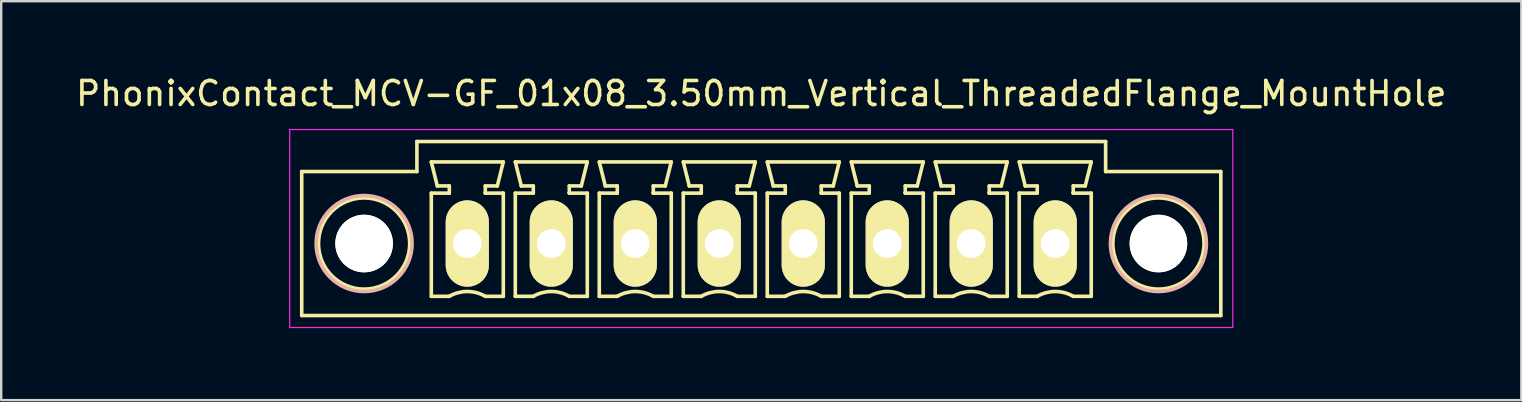
<source format=kicad_pcb>
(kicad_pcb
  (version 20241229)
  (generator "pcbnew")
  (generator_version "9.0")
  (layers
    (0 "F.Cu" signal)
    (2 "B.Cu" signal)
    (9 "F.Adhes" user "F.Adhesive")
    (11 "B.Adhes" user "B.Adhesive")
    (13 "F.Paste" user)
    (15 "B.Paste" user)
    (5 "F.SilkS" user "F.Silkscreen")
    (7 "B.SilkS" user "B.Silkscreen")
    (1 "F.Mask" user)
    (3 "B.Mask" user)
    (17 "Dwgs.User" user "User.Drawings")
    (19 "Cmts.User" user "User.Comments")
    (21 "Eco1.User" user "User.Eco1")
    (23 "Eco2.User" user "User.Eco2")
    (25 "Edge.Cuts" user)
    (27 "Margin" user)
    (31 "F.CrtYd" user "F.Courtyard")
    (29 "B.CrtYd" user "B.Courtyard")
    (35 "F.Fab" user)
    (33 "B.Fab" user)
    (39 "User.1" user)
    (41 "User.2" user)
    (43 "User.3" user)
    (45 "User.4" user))
  (footprint "PhonixContact_MCV-GF_01x08_3.50mm_Vertical_ThreadedFlange_MountHole"
    (layer "F.Cu")
    (at 16.423 7.098)
    (property "Reference" "PhonixContact_MCV-GF_01x08_3.50mm_Vertical_ThreadedFlange_MountHole" (at 12.25 -6.25 0) (layer "F.SilkS") (effects (font (size 1 1) (thickness 0.15))))
    (attr through_hole)
    (fp_line (start -6.9 -3) (end -6.9 3) (stroke (width 0.15) (type solid)) (layer "F.SilkS"))
    (fp_line (start -6.9 3) (end 31.4 3) (stroke (width 0.15) (type solid)) (layer "F.SilkS"))
    (fp_line (start -2.1 -4.25) (end -2.1 -3) (stroke (width 0.15) (type solid)) (layer "F.SilkS"))
    (fp_line (start -2.1 -3) (end -6.9 -3) (stroke (width 0.15) (type solid)) (layer "F.SilkS"))
    (fp_line (start -1.5 -3.4) (end 1.5 -3.4) (stroke (width 0.15) (type solid)) (layer "F.SilkS"))
    (fp_line (start -1.5 -2.1) (end -0.75 -2.1) (stroke (width 0.15) (type solid)) (layer "F.SilkS"))
    (fp_line (start -1.5 2.2) (end -1.5 -2.1) (stroke (width 0.15) (type solid)) (layer "F.SilkS"))
    (fp_line (start -1.25 -2.4) (end -1.5 -3.4) (stroke (width 0.15) (type solid)) (layer "F.SilkS"))
    (fp_line (start -0.75 -2.4) (end -1.25 -2.4) (stroke (width 0.15) (type solid)) (layer "F.SilkS"))
    (fp_line (start -0.75 -2.1) (end -0.75 -2.4) (stroke (width 0.15) (type solid)) (layer "F.SilkS"))
    (fp_line (start -0.75 2.2) (end -1.5 2.2) (stroke (width 0.15) (type solid)) (layer "F.SilkS"))
    (fp_line (start 0.75 -2.4) (end 0.75 -2.1) (stroke (width 0.15) (type solid)) (layer "F.SilkS"))
    (fp_line (start 0.75 -2.1) (end 0.75 -2.1) (stroke (width 0.15) (type solid)) (layer "F.SilkS"))
    (fp_line (start 0.75 -2.1) (end 1.5 -2.1) (stroke (width 0.15) (type solid)) (layer "F.SilkS"))
    (fp_line (start 1.25 -2.4) (end 0.75 -2.4) (stroke (width 0.15) (type solid)) (layer "F.SilkS"))
    (fp_line (start 1.5 -3.4) (end 1.25 -2.4) (stroke (width 0.15) (type solid)) (layer "F.SilkS"))
    (fp_line (start 1.5 -2.1) (end 1.5 2.2) (stroke (width 0.15) (type solid)) (layer "F.SilkS"))
    (fp_line (start 1.5 2.2) (end 0.75 2.2) (stroke (width 0.15) (type solid)) (layer "F.SilkS"))
    (fp_line (start 2 -3.4) (end 5 -3.4) (stroke (width 0.15) (type solid)) (layer "F.SilkS"))
    (fp_line (start 2 -2.1) (end 2.75 -2.1) (stroke (width 0.15) (type solid)) (layer "F.SilkS"))
    (fp_line (start 2 2.2) (end 2 -2.1) (stroke (width 0.15) (type solid)) (layer "F.SilkS"))
    (fp_line (start 2.25 -2.4) (end 2 -3.4) (stroke (width 0.15) (type solid)) (layer "F.SilkS"))
    (fp_line (start 2.75 -2.4) (end 2.25 -2.4) (stroke (width 0.15) (type solid)) (layer "F.SilkS"))
    (fp_line (start 2.75 -2.1) (end 2.75 -2.4) (stroke (width 0.15) (type solid)) (layer "F.SilkS"))
    (fp_line (start 2.75 2.2) (end 2 2.2) (stroke (width 0.15) (type solid)) (layer "F.SilkS"))
    (fp_line (start 4.25 -2.4) (end 4.25 -2.1) (stroke (width 0.15) (type solid)) (layer "F.SilkS"))
    (fp_line (start 4.25 -2.1) (end 4.25 -2.1) (stroke (width 0.15) (type solid)) (layer "F.SilkS"))
    (fp_line (start 4.25 -2.1) (end 5 -2.1) (stroke (width 0.15) (type solid)) (layer "F.SilkS"))
    (fp_line (start 4.75 -2.4) (end 4.25 -2.4) (stroke (width 0.15) (type solid)) (layer "F.SilkS"))
    (fp_line (start 5 -3.4) (end 4.75 -2.4) (stroke (width 0.15) (type solid)) (layer "F.SilkS"))
    (fp_line (start 5 -2.1) (end 5 2.2) (stroke (width 0.15) (type solid)) (layer "F.SilkS"))
    (fp_line (start 5 2.2) (end 4.25 2.2) (stroke (width 0.15) (type solid)) (layer "F.SilkS"))
    (fp_line (start 5.5 -3.4) (end 8.5 -3.4) (stroke (width 0.15) (type solid)) (layer "F.SilkS"))
    (fp_line (start 5.5 -2.1) (end 6.25 -2.1) (stroke (width 0.15) (type solid)) (layer "F.SilkS"))
    (fp_line (start 5.5 2.2) (end 5.5 -2.1) (stroke (width 0.15) (type solid)) (layer "F.SilkS"))
    (fp_line (start 5.75 -2.4) (end 5.5 -3.4) (stroke (width 0.15) (type solid)) (layer "F.SilkS"))
    (fp_line (start 6.25 -2.4) (end 5.75 -2.4) (stroke (width 0.15) (type solid)) (layer "F.SilkS"))
    (fp_line (start 6.25 -2.1) (end 6.25 -2.4) (stroke (width 0.15) (type solid)) (layer "F.SilkS"))
    (fp_line (start 6.25 2.2) (end 5.5 2.2) (stroke (width 0.15) (type solid)) (layer "F.SilkS"))
    (fp_line (start 7.75 -2.4) (end 7.75 -2.1) (stroke (width 0.15) (type solid)) (layer "F.SilkS"))
    (fp_line (start 7.75 -2.1) (end 7.75 -2.1) (stroke (width 0.15) (type solid)) (layer "F.SilkS"))
    (fp_line (start 7.75 -2.1) (end 8.5 -2.1) (stroke (width 0.15) (type solid)) (layer "F.SilkS"))
    (fp_line (start 8.25 -2.4) (end 7.75 -2.4) (stroke (width 0.15) (type solid)) (layer "F.SilkS"))
    (fp_line (start 8.5 -3.4) (end 8.25 -2.4) (stroke (width 0.15) (type solid)) (layer "F.SilkS"))
    (fp_line (start 8.5 -2.1) (end 8.5 2.2) (stroke (width 0.15) (type solid)) (layer "F.SilkS"))
    (fp_line (start 8.5 2.2) (end 7.75 2.2) (stroke (width 0.15) (type solid)) (layer "F.SilkS"))
    (fp_line (start 9 -3.4) (end 12 -3.4) (stroke (width 0.15) (type solid)) (layer "F.SilkS"))
    (fp_line (start 9 -2.1) (end 9.75 -2.1) (stroke (width 0.15) (type solid)) (layer "F.SilkS"))
    (fp_line (start 9 2.2) (end 9 -2.1) (stroke (width 0.15) (type solid)) (layer "F.SilkS"))
    (fp_line (start 9.25 -2.4) (end 9 -3.4) (stroke (width 0.15) (type solid)) (layer "F.SilkS"))
    (fp_line (start 9.75 -2.4) (end 9.25 -2.4) (stroke (width 0.15) (type solid)) (layer "F.SilkS"))
    (fp_line (start 9.75 -2.1) (end 9.75 -2.4) (stroke (width 0.15) (type solid)) (layer "F.SilkS"))
    (fp_line (start 9.75 2.2) (end 9 2.2) (stroke (width 0.15) (type solid)) (layer "F.SilkS"))
    (fp_line (start 11.25 -2.4) (end 11.25 -2.1) (stroke (width 0.15) (type solid)) (layer "F.SilkS"))
    (fp_line (start 11.25 -2.1) (end 11.25 -2.1) (stroke (width 0.15) (type solid)) (layer "F.SilkS"))
    (fp_line (start 11.25 -2.1) (end 12 -2.1) (stroke (width 0.15) (type solid)) (layer "F.SilkS"))
    (fp_line (start 11.75 -2.4) (end 11.25 -2.4) (stroke (width 0.15) (type solid)) (layer "F.SilkS"))
    (fp_line (start 12 -3.4) (end 11.75 -2.4) (stroke (width 0.15) (type solid)) (layer "F.SilkS"))
    (fp_line (start 12 -2.1) (end 12 2.2) (stroke (width 0.15) (type solid)) (layer "F.SilkS"))
    (fp_line (start 12 2.2) (end 11.25 2.2) (stroke (width 0.15) (type solid)) (layer "F.SilkS"))
    (fp_line (start 12.5 -3.4) (end 15.5 -3.4) (stroke (width 0.15) (type solid)) (layer "F.SilkS"))
    (fp_line (start 12.5 -2.1) (end 13.25 -2.1) (stroke (width 0.15) (type solid)) (layer "F.SilkS"))
    (fp_line (start 12.5 2.2) (end 12.5 -2.1) (stroke (width 0.15) (type solid)) (layer "F.SilkS"))
    (fp_line (start 12.75 -2.4) (end 12.5 -3.4) (stroke (width 0.15) (type solid)) (layer "F.SilkS"))
    (fp_line (start 13.25 -2.4) (end 12.75 -2.4) (stroke (width 0.15) (type solid)) (layer "F.SilkS"))
    (fp_line (start 13.25 -2.1) (end 13.25 -2.4) (stroke (width 0.15) (type solid)) (layer "F.SilkS"))
    (fp_line (start 13.25 2.2) (end 12.5 2.2) (stroke (width 0.15) (type solid)) (layer "F.SilkS"))
    (fp_line (start 14.75 -2.4) (end 14.75 -2.1) (stroke (width 0.15) (type solid)) (layer "F.SilkS"))
    (fp_line (start 14.75 -2.1) (end 14.75 -2.1) (stroke (width 0.15) (type solid)) (layer "F.SilkS"))
    (fp_line (start 14.75 -2.1) (end 15.5 -2.1) (stroke (width 0.15) (type solid)) (layer "F.SilkS"))
    (fp_line (start 15.25 -2.4) (end 14.75 -2.4) (stroke (width 0.15) (type solid)) (layer "F.SilkS"))
    (fp_line (start 15.5 -3.4) (end 15.25 -2.4) (stroke (width 0.15) (type solid)) (layer "F.SilkS"))
    (fp_line (start 15.5 -2.1) (end 15.5 2.2) (stroke (width 0.15) (type solid)) (layer "F.SilkS"))
    (fp_line (start 15.5 2.2) (end 14.75 2.2) (stroke (width 0.15) (type solid)) (layer "F.SilkS"))
    (fp_line (start 16 -3.4) (end 19 -3.4) (stroke (width 0.15) (type solid)) (layer "F.SilkS"))
    (fp_line (start 16 -2.1) (end 16.75 -2.1) (stroke (width 0.15) (type solid)) (layer "F.SilkS"))
    (fp_line (start 16 2.2) (end 16 -2.1) (stroke (width 0.15) (type solid)) (layer "F.SilkS"))
    (fp_line (start 16.25 -2.4) (end 16 -3.4) (stroke (width 0.15) (type solid)) (layer "F.SilkS"))
    (fp_line (start 16.75 -2.4) (end 16.25 -2.4) (stroke (width 0.15) (type solid)) (layer "F.SilkS"))
    (fp_line (start 16.75 -2.1) (end 16.75 -2.4) (stroke (width 0.15) (type solid)) (layer "F.SilkS"))
    (fp_line (start 16.75 2.2) (end 16 2.2) (stroke (width 0.15) (type solid)) (layer "F.SilkS"))
    (fp_line (start 18.25 -2.4) (end 18.25 -2.1) (stroke (width 0.15) (type solid)) (layer "F.SilkS"))
    (fp_line (start 18.25 -2.1) (end 18.25 -2.1) (stroke (width 0.15) (type solid)) (layer "F.SilkS"))
    (fp_line (start 18.25 -2.1) (end 19 -2.1) (stroke (width 0.15) (type solid)) (layer "F.SilkS"))
    (fp_line (start 18.75 -2.4) (end 18.25 -2.4) (stroke (width 0.15) (type solid)) (layer "F.SilkS"))
    (fp_line (start 19 -3.4) (end 18.75 -2.4) (stroke (width 0.15) (type solid)) (layer "F.SilkS"))
    (fp_line (start 19 -2.1) (end 19 2.2) (stroke (width 0.15) (type solid)) (layer "F.SilkS"))
    (fp_line (start 19 2.2) (end 18.25 2.2) (stroke (width 0.15) (type solid)) (layer "F.SilkS"))
    (fp_line (start 19.5 -3.4) (end 22.5 -3.4) (stroke (width 0.15) (type solid)) (layer "F.SilkS"))
    (fp_line (start 19.5 -2.1) (end 20.25 -2.1) (stroke (width 0.15) (type solid)) (layer "F.SilkS"))
    (fp_line (start 19.5 2.2) (end 19.5 -2.1) (stroke (width 0.15) (type solid)) (layer "F.SilkS"))
    (fp_line (start 19.75 -2.4) (end 19.5 -3.4) (stroke (width 0.15) (type solid)) (layer "F.SilkS"))
    (fp_line (start 20.25 -2.4) (end 19.75 -2.4) (stroke (width 0.15) (type solid)) (layer "F.SilkS"))
    (fp_line (start 20.25 -2.1) (end 20.25 -2.4) (stroke (width 0.15) (type solid)) (layer "F.SilkS"))
    (fp_line (start 20.25 2.2) (end 19.5 2.2) (stroke (width 0.15) (type solid)) (layer "F.SilkS"))
    (fp_line (start 21.75 -2.4) (end 21.75 -2.1) (stroke (width 0.15) (type solid)) (layer "F.SilkS"))
    (fp_line (start 21.75 -2.1) (end 21.75 -2.1) (stroke (width 0.15) (type solid)) (layer "F.SilkS"))
    (fp_line (start 21.75 -2.1) (end 22.5 -2.1) (stroke (width 0.15) (type solid)) (layer "F.SilkS"))
    (fp_line (start 22.25 -2.4) (end 21.75 -2.4) (stroke (width 0.15) (type solid)) (layer "F.SilkS"))
    (fp_line (start 22.5 -3.4) (end 22.25 -2.4) (stroke (width 0.15) (type solid)) (layer "F.SilkS"))
    (fp_line (start 22.5 -2.1) (end 22.5 2.2) (stroke (width 0.15) (type solid)) (layer "F.SilkS"))
    (fp_line (start 22.5 2.2) (end 21.75 2.2) (stroke (width 0.15) (type solid)) (layer "F.SilkS"))
    (fp_line (start 23 -3.4) (end 26 -3.4) (stroke (width 0.15) (type solid)) (layer "F.SilkS"))
    (fp_line (start 23 -2.1) (end 23.75 -2.1) (stroke (width 0.15) (type solid)) (layer "F.SilkS"))
    (fp_line (start 23 2.2) (end 23 -2.1) (stroke (width 0.15) (type solid)) (layer "F.SilkS"))
    (fp_line (start 23.25 -2.4) (end 23 -3.4) (stroke (width 0.15) (type solid)) (layer "F.SilkS"))
    (fp_line (start 23.75 -2.4) (end 23.25 -2.4) (stroke (width 0.15) (type solid)) (layer "F.SilkS"))
    (fp_line (start 23.75 -2.1) (end 23.75 -2.4) (stroke (width 0.15) (type solid)) (layer "F.SilkS"))
    (fp_line (start 23.75 2.2) (end 23 2.2) (stroke (width 0.15) (type solid)) (layer "F.SilkS"))
    (fp_line (start 25.25 -2.4) (end 25.25 -2.1) (stroke (width 0.15) (type solid)) (layer "F.SilkS"))
    (fp_line (start 25.25 -2.1) (end 25.25 -2.1) (stroke (width 0.15) (type solid)) (layer "F.SilkS"))
    (fp_line (start 25.25 -2.1) (end 26 -2.1) (stroke (width 0.15) (type solid)) (layer "F.SilkS"))
    (fp_line (start 25.75 -2.4) (end 25.25 -2.4) (stroke (width 0.15) (type solid)) (layer "F.SilkS"))
    (fp_line (start 26 -3.4) (end 25.75 -2.4) (stroke (width 0.15) (type solid)) (layer "F.SilkS"))
    (fp_line (start 26 -2.1) (end 26 2.2) (stroke (width 0.15) (type solid)) (layer "F.SilkS"))
    (fp_line (start 26 2.2) (end 25.25 2.2) (stroke (width 0.15) (type solid)) (layer "F.SilkS"))
    (fp_line (start 26.6 -4.25) (end -2.1 -4.25) (stroke (width 0.15) (type solid)) (layer "F.SilkS"))
    (fp_line (start 26.6 -3) (end 26.6 -4.25) (stroke (width 0.15) (type solid)) (layer "F.SilkS"))
    (fp_line (start 31.4 -3) (end 26.6 -3) (stroke (width 0.15) (type solid)) (layer "F.SilkS"))
    (fp_line (start 31.4 3) (end 31.4 -3) (stroke (width 0.15) (type solid)) (layer "F.SilkS"))
    (fp_arc (start -0.75 2.2) (mid -0.006068 1.999179) (end 0.739464 2.193978) (stroke (width 0.15) (type solid)) (layer "F.SilkS"))
    (fp_arc (start 2.75 2.2) (mid 3.493932 1.999179) (end 4.239464 2.193978) (stroke (width 0.15) (type solid)) (layer "F.SilkS"))
    (fp_arc (start 6.25 2.2) (mid 6.993932 1.999179) (end 7.739464 2.193978) (stroke (width 0.15) (type solid)) (layer "F.SilkS"))
    (fp_arc (start 9.75 2.2) (mid 10.493932 1.999179) (end 11.239464 2.193978) (stroke (width 0.15) (type solid)) (layer "F.SilkS"))
    (fp_arc (start 13.25 2.2) (mid 13.993932 1.999179) (end 14.739464 2.193978) (stroke (width 0.15) (type solid)) (layer "F.SilkS"))
    (fp_arc (start 16.75 2.2) (mid 17.493932 1.999179) (end 18.239464 2.193978) (stroke (width 0.15) (type solid)) (layer "F.SilkS"))
    (fp_arc (start 20.25 2.2) (mid 20.993932 1.999179) (end 21.739464 2.193978) (stroke (width 0.15) (type solid)) (layer "F.SilkS"))
    (fp_arc (start 23.75 2.2) (mid 24.493932 1.999179) (end 25.239464 2.193978) (stroke (width 0.15) (type solid)) (layer "F.SilkS"))
    (fp_circle (center -4.3 0) (end -2.4 0) (stroke (width 0.15) (type solid)) (fill no) (layer "F.SilkS"))
    (fp_circle (center 28.8 0) (end 30.7 0) (stroke (width 0.15) (type solid)) (fill no) (layer "F.SilkS"))
    (fp_circle (center -4.3 0) (end -2.3 0) (stroke (width 0.15) (type solid)) (fill no) (layer "B.SilkS"))
    (fp_circle (center 28.8 0) (end 30.8 0) (stroke (width 0.15) (type solid)) (fill no) (layer "B.SilkS"))
    (fp_line (start -7.4 -4.75) (end -7.4 3.5) (stroke (width 0.05) (type solid)) (layer "F.CrtYd"))
    (fp_line (start -7.4 3.5) (end 31.9 3.5) (stroke (width 0.05) (type solid)) (layer "F.CrtYd"))
    (fp_line (start 31.9 -4.75) (end -7.4 -4.75) (stroke (width 0.05) (type solid)) (layer "F.CrtYd"))
    (fp_line (start 31.9 3.5) (end 31.9 -4.75) (stroke (width 0.05) (type solid)) (layer "F.CrtYd"))
    (pad "" np_thru_hole circle (at -4.3 0) (size 2.4 2.4) (drill 2.4) (layers "*.Cu" "*.Mask" "F.SilkS"))
    (pad "" np_thru_hole circle (at 28.8 0) (size 2.4 2.4) (drill 2.4) (layers "*.Cu" "*.Mask" "F.SilkS"))
    (pad "1" thru_hole oval (at 0 0) (size 1.8 3.6) (drill 1.2) (layers "*.Cu" "*.Mask" "F.SilkS"))
    (pad "2" thru_hole oval (at 3.5 0) (size 1.8 3.6) (drill 1.2) (layers "*.Cu" "*.Mask" "F.SilkS"))
    (pad "3" thru_hole oval (at 7 0) (size 1.8 3.6) (drill 1.2) (layers "*.Cu" "*.Mask" "F.SilkS"))
    (pad "4" thru_hole oval (at 10.5 0) (size 1.8 3.6) (drill 1.2) (layers "*.Cu" "*.Mask" "F.SilkS"))
    (pad "5" thru_hole oval (at 14 0) (size 1.8 3.6) (drill 1.2) (layers "*.Cu" "*.Mask" "F.SilkS"))
    (pad "6" thru_hole oval (at 17.5 0) (size 1.8 3.6) (drill 1.2) (layers "*.Cu" "*.Mask" "F.SilkS"))
    (pad "7" thru_hole oval (at 21 0) (size 1.8 3.6) (drill 1.2) (layers "*.Cu" "*.Mask" "F.SilkS"))
    (pad "8" thru_hole oval (at 24.5 0) (size 1.8 3.6) (drill 1.2) (layers "*.Cu" "*.Mask" "F.SilkS")))
  (gr_rect
    (start -3 -3)
    (end 60.345 13.623)
    (stroke (width 0.1) (type default))
    (fill no)
    (layer "Edge.Cuts")))
</source>
